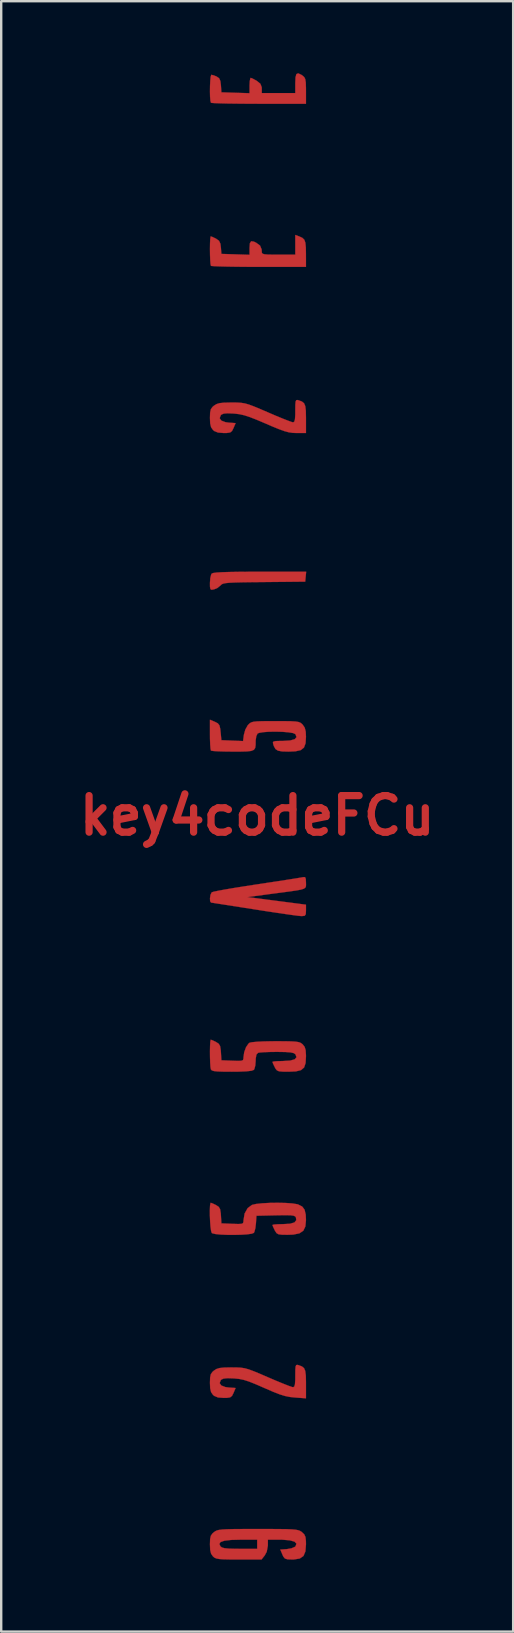
<source format=kicad_pcb>
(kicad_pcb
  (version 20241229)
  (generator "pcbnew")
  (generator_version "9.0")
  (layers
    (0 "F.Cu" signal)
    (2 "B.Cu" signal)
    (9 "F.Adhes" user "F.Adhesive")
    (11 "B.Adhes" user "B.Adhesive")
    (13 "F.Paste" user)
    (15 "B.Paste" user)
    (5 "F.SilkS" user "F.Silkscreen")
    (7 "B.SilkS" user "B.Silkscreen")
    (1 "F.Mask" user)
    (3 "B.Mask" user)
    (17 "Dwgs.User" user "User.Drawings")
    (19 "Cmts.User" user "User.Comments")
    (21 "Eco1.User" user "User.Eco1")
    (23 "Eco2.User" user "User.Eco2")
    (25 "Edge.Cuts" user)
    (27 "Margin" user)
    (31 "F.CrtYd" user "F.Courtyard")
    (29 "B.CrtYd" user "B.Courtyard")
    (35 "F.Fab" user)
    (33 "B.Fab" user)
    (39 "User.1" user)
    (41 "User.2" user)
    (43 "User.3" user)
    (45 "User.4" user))
  (footprint "key4codeFCu"
    (layer "F.Cu")
    (at 7.664 30.927)
    (property "Reference" "key4codeFCu" (at 0 0 0) (layer "F.Cu") (effects (font (size 1.524 1.524) (thickness 0.3))))
    (attr through_hole)
    (fp_poly (pts (xy 2 -9.747) (xy 0.286 -9.73) (xy -0.227 -9.725) (xy -0.628 -9.719) (xy -0.932 -9.711) (xy -1.153 -9.701) (xy -1.306 -9.686) (xy -1.407 -9.666) (xy -1.471 -9.64) (xy -1.511 -9.607) (xy -1.524 -9.591) (xy -1.658 -9.483) (xy -1.794 -9.427) (xy -1.898 -9.408) (xy -1.949 -9.436) (xy -1.967 -9.54) (xy -1.968 -9.696) (xy -1.954 -9.894) (xy -1.917 -10.043) (xy -1.892 -10.084) (xy -1.83 -10.107) (xy -1.691 -10.126) (xy -1.464 -10.14) (xy -1.142 -10.15) (xy -0.715 -10.157) (xy -0.174 -10.16) (xy 0.112 -10.16) (xy 2.04 -10.16) (xy 2 -9.747)) (stroke (width 0.01) (type solid)) (fill yes) (layer "F.Cu"))
    (fp_poly (pts (xy 1.834 -30.864) (xy 1.891 -30.826) (xy 1.961 -30.764) (xy 2.003 -30.68) (xy 2.024 -30.543) (xy 2.031 -30.323) (xy 2.032 -30.191) (xy 2.032 -29.654) (xy 0.074 -29.654) (xy -0.412 -29.656) (xy -0.858 -29.66) (xy -1.246 -29.665) (xy -1.561 -29.673) (xy -1.787 -29.682) (xy -1.91 -29.692) (xy -1.926 -29.697) (xy -1.949 -29.779) (xy -1.963 -29.945) (xy -1.968 -30.163) (xy -1.965 -30.397) (xy -1.955 -30.614) (xy -1.938 -30.779) (xy -1.914 -30.858) (xy -1.908 -30.861) (xy -1.809 -30.837) (xy -1.689 -30.789) (xy -1.586 -30.718) (xy -1.533 -30.602) (xy -1.511 -30.424) (xy -1.492 -30.131) (xy -0.905 -30.112) (xy -0.318 -30.094) (xy -0.318 -30.414) (xy -0.309 -30.596) (xy -0.287 -30.712) (xy -0.27 -30.734) (xy -0.189 -30.703) (xy -0.05 -30.628) (xy -0.016 -30.608) (xy 0.132 -30.489) (xy 0.187 -30.349) (xy 0.191 -30.29) (xy 0.191 -30.099) (xy 1.587 -30.099) (xy 1.587 -30.512) (xy 1.597 -30.758) (xy 1.633 -30.891) (xy 1.708 -30.922) (xy 1.834 -30.864)) (stroke (width 0.01) (type solid)) (fill yes) (layer "F.Cu"))
    (fp_poly (pts (xy 1.761 -24.124) (xy 1.884 -24.067) (xy 1.963 -23.991) (xy 2.007 -23.869) (xy 2.026 -23.673) (xy 2.031 -23.384) (xy 2.032 -22.86) (xy 0.074 -22.86) (xy -0.412 -22.861) (xy -0.858 -22.865) (xy -1.246 -22.871) (xy -1.561 -22.879) (xy -1.787 -22.888) (xy -1.91 -22.898) (xy -1.926 -22.902) (xy -1.944 -22.978) (xy -1.957 -23.141) (xy -1.965 -23.36) (xy -1.968 -23.6) (xy -1.965 -23.828) (xy -1.957 -24.012) (xy -1.942 -24.117) (xy -1.934 -24.13) (xy -1.859 -24.104) (xy -1.724 -24.04) (xy -1.715 -24.035) (xy -1.591 -23.948) (xy -1.532 -23.824) (xy -1.512 -23.67) (xy -1.492 -23.4) (xy -0.905 -23.381) (xy -0.318 -23.363) (xy -0.318 -23.651) (xy -0.304 -23.844) (xy -0.252 -23.927) (xy -0.142 -23.913) (xy -0.043 -23.866) (xy 0.119 -23.747) (xy 0.184 -23.593) (xy 0.19 -23.511) (xy 0.195 -23.448) (xy 0.226 -23.408) (xy 0.304 -23.384) (xy 0.452 -23.372) (xy 0.691 -23.368) (xy 0.889 -23.368) (xy 1.587 -23.368) (xy 1.587 -23.779) (xy 1.587 -24.19) (xy 1.761 -24.124)) (stroke (width 0.01) (type solid)) (fill yes) (layer "F.Cu"))
    (fp_poly (pts (xy 1.993 2.563) (xy 2.025 2.637) (xy 2.032 2.789) (xy 2.034 2.88) (xy 2.03 2.951) (xy 2.003 3.004) (xy 1.94 3.046) (xy 1.823 3.082) (xy 1.639 3.117) (xy 1.371 3.156) (xy 1.004 3.205) (xy 0.667 3.249) (xy -0.413 3.392) (xy 0.81 3.551) (xy 2.032 3.71) (xy 2.032 3.951) (xy 2.024 4.107) (xy 1.979 4.173) (xy 1.865 4.185) (xy 1.826 4.184) (xy 1.71 4.173) (xy 1.487 4.144) (xy 1.176 4.1) (xy 0.795 4.044) (xy 0.362 3.979) (xy -0.103 3.906) (xy -0.127 3.902) (xy -0.583 3.831) (xy -0.999 3.766) (xy -1.356 3.71) (xy -1.64 3.666) (xy -1.833 3.636) (xy -1.919 3.624) (xy -1.921 3.623) (xy -1.961 3.567) (xy -1.967 3.442) (xy -1.946 3.303) (xy -1.899 3.203) (xy -1.889 3.194) (xy -1.808 3.169) (xy -1.618 3.129) (xy -1.335 3.077) (xy -0.976 3.016) (xy -0.558 2.949) (xy -0.098 2.878) (xy 0 2.863) (xy 0.469 2.792) (xy 0.901 2.727) (xy 1.278 2.668) (xy 1.584 2.62) (xy 1.801 2.584) (xy 1.913 2.564) (xy 1.921 2.562) (xy 1.993 2.563)) (stroke (width 0.01) (type solid)) (fill yes) (layer "F.Cu"))
    (fp_poly (pts (xy 1.73 22.895) (xy 1.865 22.946) (xy 1.952 23.017) (xy 2.002 23.133) (xy 2.026 23.32) (xy 2.032 23.604) (xy 2.032 23.67) (xy 2.032 24.274) (xy 1.572 24.24) (xy 1.357 24.217) (xy 1.151 24.175) (xy 0.924 24.104) (xy 0.645 23.994) (xy 0.286 23.838) (xy -0.069 23.683) (xy -0.34 23.575) (xy -0.558 23.506) (xy -0.752 23.466) (xy -0.953 23.446) (xy -0.987 23.444) (xy -1.241 23.436) (xy -1.4 23.452) (xy -1.493 23.494) (xy -1.519 23.52) (xy -1.564 23.641) (xy -1.495 23.74) (xy -1.322 23.806) (xy -1.175 23.825) (xy -0.899 23.844) (xy -0.986 24.051) (xy -1.048 24.173) (xy -1.126 24.234) (xy -1.262 24.255) (xy -1.394 24.257) (xy -1.634 24.238) (xy -1.792 24.172) (xy -1.841 24.13) (xy -1.92 24.017) (xy -1.959 23.855) (xy -1.968 23.627) (xy -1.961 23.405) (xy -1.931 23.268) (xy -1.863 23.172) (xy -1.801 23.119) (xy -1.698 23.053) (xy -1.571 23.013) (xy -1.388 22.993) (xy -1.115 22.987) (xy -1.064 22.987) (xy -0.849 22.989) (xy -0.675 22.998) (xy -0.516 23.023) (xy -0.345 23.071) (xy -0.135 23.149) (xy 0.141 23.264) (xy 0.454 23.4) (xy 0.78 23.539) (xy 1.069 23.658) (xy 1.3 23.749) (xy 1.451 23.802) (xy 1.495 23.812) (xy 1.544 23.785) (xy 1.573 23.689) (xy 1.586 23.501) (xy 1.587 23.332) (xy 1.589 23.089) (xy 1.6 22.949) (xy 1.627 22.888) (xy 1.679 22.881) (xy 1.73 22.895)) (stroke (width 0.01) (type solid)) (fill yes) (layer "F.Cu"))
    (fp_poly (pts (xy 1.73 -17.3) (xy 1.865 -17.249) (xy 1.953 -17.178) (xy 2.003 -17.06) (xy 2.026 -16.871) (xy 2.032 -16.584) (xy 2.032 -16.534) (xy 2.032 -15.938) (xy 1.645 -15.938) (xy 1.477 -15.945) (xy 1.313 -15.969) (xy 1.129 -16.019) (xy 0.898 -16.103) (xy 0.593 -16.228) (xy 0.359 -16.33) (xy -0.018 -16.49) (xy -0.308 -16.603) (xy -0.54 -16.678) (xy -0.741 -16.723) (xy -0.94 -16.747) (xy -0.986 -16.75) (xy -1.237 -16.76) (xy -1.394 -16.747) (xy -1.487 -16.707) (xy -1.518 -16.676) (xy -1.564 -16.555) (xy -1.495 -16.456) (xy -1.322 -16.39) (xy -1.175 -16.37) (xy -0.899 -16.351) (xy -0.986 -16.145) (xy -1.048 -16.022) (xy -1.126 -15.961) (xy -1.262 -15.94) (xy -1.394 -15.938) (xy -1.634 -15.958) (xy -1.792 -16.023) (xy -1.841 -16.066) (xy -1.92 -16.178) (xy -1.959 -16.341) (xy -1.968 -16.569) (xy -1.961 -16.79) (xy -1.931 -16.928) (xy -1.863 -17.024) (xy -1.801 -17.077) (xy -1.698 -17.142) (xy -1.571 -17.182) (xy -1.388 -17.202) (xy -1.115 -17.208) (xy -1.064 -17.209) (xy -0.849 -17.207) (xy -0.675 -17.197) (xy -0.516 -17.172) (xy -0.345 -17.124) (xy -0.135 -17.046) (xy 0.141 -16.931) (xy 0.454 -16.796) (xy 0.78 -16.656) (xy 1.069 -16.537) (xy 1.3 -16.447) (xy 1.451 -16.393) (xy 1.495 -16.383) (xy 1.544 -16.41) (xy 1.573 -16.507) (xy 1.586 -16.695) (xy 1.587 -16.864) (xy 1.589 -17.106) (xy 1.6 -17.246) (xy 1.627 -17.307) (xy 1.679 -17.314) (xy 1.73 -17.3)) (stroke (width 0.01) (type solid)) (fill yes) (layer "F.Cu"))
    (fp_poly (pts (xy -1.762 -3.908) (xy -1.64 -3.845) (xy -1.573 -3.762) (xy -1.539 -3.617) (xy -1.524 -3.482) (xy -1.492 -3.143) (xy -0.589 -3.106) (xy -0.554 -3.369) (xy -0.495 -3.581) (xy -0.395 -3.762) (xy -0.375 -3.784) (xy -0.316 -3.842) (xy -0.25 -3.883) (xy -0.157 -3.91) (xy -0.014 -3.926) (xy 0.199 -3.934) (xy 0.504 -3.937) (xy 0.762 -3.937) (xy 1.139 -3.936) (xy 1.41 -3.932) (xy 1.596 -3.921) (xy 1.719 -3.901) (xy 1.8 -3.87) (xy 1.861 -3.824) (xy 1.894 -3.79) (xy 1.98 -3.665) (xy 2.022 -3.499) (xy 2.032 -3.282) (xy 2.015 -3.014) (xy 1.949 -2.835) (xy 1.816 -2.729) (xy 1.595 -2.679) (xy 1.31 -2.667) (xy 1.039 -2.674) (xy 0.866 -2.706) (xy 0.761 -2.775) (xy 0.694 -2.896) (xy 0.67 -2.969) (xy 0.654 -3.043) (xy 0.679 -3.086) (xy 0.771 -3.106) (xy 0.953 -3.111) (xy 1.067 -3.111) (xy 1.372 -3.13) (xy 1.564 -3.184) (xy 1.639 -3.271) (xy 1.593 -3.39) (xy 1.587 -3.397) (xy 1.49 -3.44) (xy 1.299 -3.471) (xy 1.046 -3.491) (xy 0.764 -3.498) (xy 0.487 -3.494) (xy 0.246 -3.476) (xy 0.074 -3.446) (xy 0.013 -3.416) (xy -0.038 -3.306) (xy -0.063 -3.133) (xy -0.064 -3.104) (xy -0.066 -2.936) (xy -0.084 -2.818) (xy -0.139 -2.74) (xy -0.248 -2.695) (xy -0.431 -2.674) (xy -0.706 -2.667) (xy -1.012 -2.667) (xy -1.333 -2.67) (xy -1.607 -2.678) (xy -1.81 -2.69) (xy -1.917 -2.705) (xy -1.926 -2.709) (xy -1.944 -2.787) (xy -1.958 -2.962) (xy -1.967 -3.205) (xy -1.968 -3.373) (xy -1.968 -3.994) (xy -1.762 -3.908)) (stroke (width 0.01) (type solid)) (fill yes) (layer "F.Cu"))
    (fp_poly (pts (xy 0.536 29.718) (xy 0.93 29.721) (xy 1.228 29.725) (xy 1.446 29.734) (xy 1.601 29.748) (xy 1.708 29.768) (xy 1.782 29.795) (xy 1.841 29.831) (xy 1.865 29.85) (xy 1.961 29.941) (xy 2.011 30.05) (xy 2.03 30.218) (xy 2.032 30.358) (xy 2.009 30.651) (xy 1.928 30.842) (xy 1.774 30.948) (xy 1.531 30.987) (xy 1.457 30.988) (xy 1.264 30.982) (xy 1.155 30.948) (xy 1.088 30.866) (xy 1.05 30.782) (xy 0.963 30.575) (xy 1.238 30.556) (xy 1.428 30.522) (xy 1.569 30.462) (xy 1.596 30.438) (xy 1.635 30.329) (xy 1.555 30.245) (xy 1.36 30.19) (xy 1.054 30.164) (xy 0.94 30.163) (xy 0.445 30.163) (xy 0.445 30.408) (xy 0.397 30.668) (xy 0.313 30.821) (xy 0.181 30.988) (xy -0.767 30.988) (xy -1.137 30.987) (xy -1.402 30.981) (xy -1.583 30.968) (xy -1.702 30.946) (xy -1.781 30.911) (xy -1.84 30.862) (xy -1.841 30.861) (xy -1.92 30.748) (xy -1.959 30.586) (xy -1.968 30.358) (xy -1.968 30.342) (xy -1.577 30.342) (xy -1.53 30.441) (xy -1.468 30.487) (xy -1.36 30.518) (xy -1.182 30.535) (xy -0.911 30.543) (xy -0.722 30.544) (xy 0 30.544) (xy 0 30.163) (xy -0.686 30.163) (xy -1.085 30.173) (xy -1.363 30.205) (xy -1.526 30.261) (xy -1.577 30.342) (xy -1.968 30.342) (xy -1.961 30.136) (xy -1.931 29.999) (xy -1.863 29.903) (xy -1.801 29.85) (xy -1.745 29.81) (xy -1.679 29.779) (xy -1.588 29.756) (xy -1.456 29.739) (xy -1.267 29.729) (xy -1.005 29.722) (xy -0.655 29.719) (xy -0.2 29.718) (xy 0.032 29.718) (xy 0.536 29.718)) (stroke (width 0.01) (type solid)) (fill yes) (layer "F.Cu"))
    (fp_poly (pts (xy 1.188 16.136) (xy 1.47 16.156) (xy 1.673 16.189) (xy 1.706 16.199) (xy 1.874 16.284) (xy 1.974 16.415) (xy 2.022 16.619) (xy 2.032 16.85) (xy 2.007 17.114) (xy 1.921 17.293) (xy 1.758 17.402) (xy 1.501 17.454) (xy 1.263 17.462) (xy 1.031 17.459) (xy 0.892 17.441) (xy 0.81 17.396) (xy 0.752 17.312) (xy 0.732 17.275) (xy 0.666 17.137) (xy 0.635 17.056) (xy 0.635 17.053) (xy 0.693 17.036) (xy 0.846 17.023) (xy 1.061 17.018) (xy 1.072 17.018) (xy 1.37 17.001) (xy 1.553 16.947) (xy 1.628 16.853) (xy 1.613 16.738) (xy 1.581 16.695) (xy 1.513 16.666) (xy 1.387 16.65) (xy 1.181 16.645) (xy 0.876 16.649) (xy 0.77 16.651) (xy -0.032 16.669) (xy -0.052 16.985) (xy -0.076 17.185) (xy -0.116 17.338) (xy -0.139 17.382) (xy -0.23 17.417) (xy -0.418 17.443) (xy -0.672 17.459) (xy -0.961 17.466) (xy -1.257 17.464) (xy -1.527 17.452) (xy -1.743 17.43) (xy -1.874 17.398) (xy -1.892 17.386) (xy -1.92 17.302) (xy -1.944 17.133) (xy -1.961 16.91) (xy -1.971 16.667) (xy -1.972 16.436) (xy -1.965 16.251) (xy -1.947 16.143) (xy -1.934 16.129) (xy -1.859 16.155) (xy -1.724 16.219) (xy -1.715 16.224) (xy -1.604 16.296) (xy -1.545 16.394) (xy -1.518 16.558) (xy -1.511 16.653) (xy -1.492 16.986) (xy -1.032 17.005) (xy -0.795 17.012) (xy -0.657 17.006) (xy -0.592 16.977) (xy -0.573 16.919) (xy -0.572 16.872) (xy -0.525 16.578) (xy -0.396 16.349) (xy -0.216 16.217) (xy -0.051 16.178) (xy 0.207 16.15) (xy 0.522 16.133) (xy 0.86 16.129) (xy 1.188 16.136)) (stroke (width 0.01) (type solid)) (fill yes) (layer "F.Cu"))
    (fp_poly (pts (xy -1.859 9.361) (xy -1.724 9.425) (xy -1.715 9.43) (xy -1.604 9.502) (xy -1.545 9.599) (xy -1.518 9.763) (xy -1.511 9.858) (xy -1.492 10.192) (xy -1.032 10.21) (xy -0.795 10.218) (xy -0.657 10.211) (xy -0.592 10.183) (xy -0.573 10.124) (xy -0.572 10.077) (xy -0.541 9.855) (xy -0.463 9.644) (xy -0.358 9.492) (xy -0.315 9.46) (xy -0.213 9.439) (xy -0.009 9.42) (xy 0.271 9.406) (xy 0.602 9.399) (xy 0.778 9.398) (xy 1.154 9.399) (xy 1.425 9.405) (xy 1.612 9.417) (xy 1.736 9.438) (xy 1.819 9.471) (xy 1.883 9.519) (xy 1.893 9.527) (xy 1.976 9.631) (xy 2.018 9.769) (xy 2.032 9.985) (xy 2.032 10.035) (xy 2.016 10.31) (xy 1.954 10.493) (xy 1.826 10.602) (xy 1.612 10.655) (xy 1.303 10.668) (xy 1.06 10.665) (xy 0.911 10.651) (xy 0.823 10.613) (xy 0.765 10.542) (xy 0.732 10.481) (xy 0.666 10.343) (xy 0.635 10.261) (xy 0.635 10.258) (xy 0.693 10.241) (xy 0.846 10.229) (xy 1.061 10.224) (xy 1.072 10.223) (xy 1.374 10.205) (xy 1.565 10.151) (xy 1.638 10.063) (xy 1.593 9.944) (xy 1.587 9.938) (xy 1.52 9.893) (xy 1.393 9.864) (xy 1.184 9.848) (xy 0.872 9.843) (xy 0.823 9.842) (xy 0.532 9.846) (xy 0.282 9.855) (xy 0.104 9.869) (xy 0.037 9.881) (xy -0.032 9.955) (xy -0.061 10.123) (xy -0.064 10.218) (xy -0.079 10.412) (xy -0.118 10.557) (xy -0.14 10.592) (xy -0.24 10.629) (xy -0.458 10.653) (xy -0.797 10.666) (xy -1.054 10.668) (xy -1.402 10.666) (xy -1.644 10.658) (xy -1.799 10.642) (xy -1.886 10.615) (xy -1.926 10.576) (xy -1.93 10.568) (xy -1.947 10.465) (xy -1.959 10.283) (xy -1.966 10.054) (xy -1.968 9.813) (xy -1.963 9.59) (xy -1.954 9.421) (xy -1.938 9.338) (xy -1.934 9.335) (xy -1.859 9.361)) (stroke (width 0.01) (type solid)) (fill yes) (layer "F.Cu")))
  (gr_rect
    (start -3 -3)
    (end 18.327 64.92)
    (stroke (width 0.1) (type default))
    (fill no)
    (layer "Edge.Cuts")))
</source>
